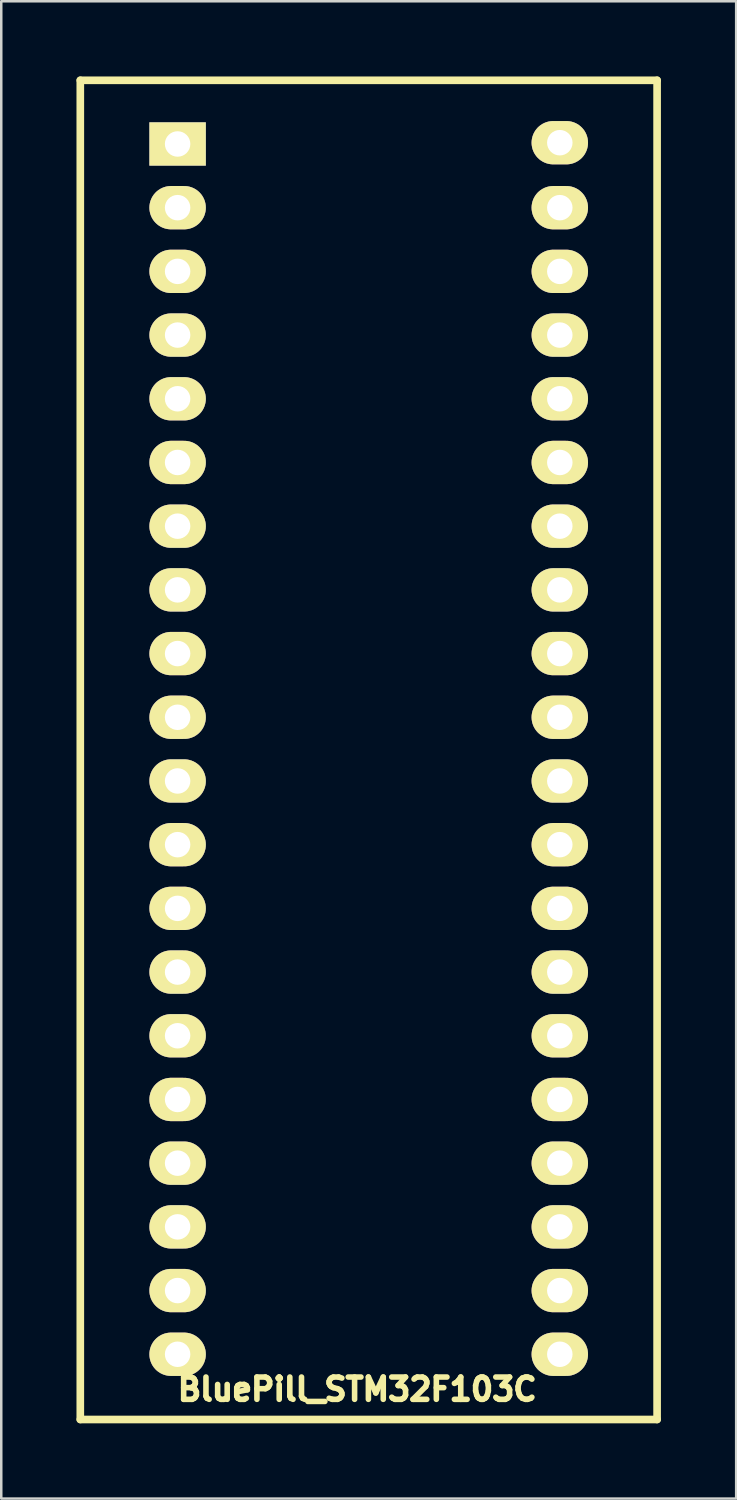
<source format=kicad_pcb>
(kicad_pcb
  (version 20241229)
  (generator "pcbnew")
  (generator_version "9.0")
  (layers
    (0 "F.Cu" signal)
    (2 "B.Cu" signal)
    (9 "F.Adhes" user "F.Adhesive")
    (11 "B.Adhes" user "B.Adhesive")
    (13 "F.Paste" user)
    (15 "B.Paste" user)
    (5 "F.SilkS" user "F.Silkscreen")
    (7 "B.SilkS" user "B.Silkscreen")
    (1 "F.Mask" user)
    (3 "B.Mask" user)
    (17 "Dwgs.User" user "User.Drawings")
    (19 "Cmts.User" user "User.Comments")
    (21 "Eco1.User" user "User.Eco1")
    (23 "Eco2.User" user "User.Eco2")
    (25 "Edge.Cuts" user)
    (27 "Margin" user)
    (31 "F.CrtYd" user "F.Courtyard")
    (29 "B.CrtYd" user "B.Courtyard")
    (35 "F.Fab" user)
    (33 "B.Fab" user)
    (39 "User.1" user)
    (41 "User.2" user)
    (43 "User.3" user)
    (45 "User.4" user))
  (footprint "BluePill_STM32F103C"
    (layer "F.Cu")
    (at 4.032 2.742)
    (property "Reference" "BluePill_STM32F103C" (at 7.163 49.606 180) (layer "F.SilkS") (effects (font (size 0.889 0.889) (thickness 0.305))))
    (attr through_hole)
    (fp_line (start -3.88 -2.59) (end 19.12 -2.59) (stroke (width 0.305) (type solid)) (layer "F.SilkS"))
    (fp_line (start -3.88 50.81) (end -3.88 -2.59) (stroke (width 0.305) (type solid)) (layer "F.SilkS"))
    (fp_line (start 19.12 -2.59) (end 19.12 50.81) (stroke (width 0.305) (type solid)) (layer "F.SilkS"))
    (fp_line (start 19.12 50.81) (end -3.88 50.81) (stroke (width 0.305) (type solid)) (layer "F.SilkS"))
    (pad "1" thru_hole rect (at 0 -0.051 270) (size 1.727 2.25) (drill 1.016) (layers "*.Cu" "*.Mask" "F.SilkS"))
    (pad "2" thru_hole oval (at 0 2.489 270) (size 1.727 2.25) (drill 1.016) (layers "*.Cu" "*.Mask" "F.SilkS"))
    (pad "3" thru_hole oval (at 0 5.029 270) (size 1.727 2.25) (drill 1.016) (layers "*.Cu" "*.Mask" "F.SilkS"))
    (pad "4" thru_hole oval (at 0 7.569 270) (size 1.727 2.25) (drill 1.016) (layers "*.Cu" "*.Mask" "F.SilkS"))
    (pad "5" thru_hole oval (at 0 10.109 270) (size 1.727 2.25) (drill 1.016) (layers "*.Cu" "*.Mask" "F.SilkS"))
    (pad "6" thru_hole oval (at 0 12.649 270) (size 1.727 2.25) (drill 1.016) (layers "*.Cu" "*.Mask" "F.SilkS"))
    (pad "7" thru_hole oval (at 0 15.189 270) (size 1.727 2.25) (drill 1.016) (layers "*.Cu" "*.Mask" "F.SilkS"))
    (pad "8" thru_hole oval (at 0 17.729 270) (size 1.727 2.25) (drill 1.016) (layers "*.Cu" "*.Mask" "F.SilkS"))
    (pad "9" thru_hole oval (at 0 20.269 270) (size 1.727 2.25) (drill 1.016) (layers "*.Cu" "*.Mask" "F.SilkS"))
    (pad "10" thru_hole oval (at 0 22.809 270) (size 1.727 2.25) (drill 1.016) (layers "*.Cu" "*.Mask" "F.SilkS"))
    (pad "11" thru_hole oval (at 0 25.349 270) (size 1.727 2.25) (drill 1.016) (layers "*.Cu" "*.Mask" "F.SilkS"))
    (pad "12" thru_hole oval (at 0 27.889 270) (size 1.727 2.25) (drill 1.016) (layers "*.Cu" "*.Mask" "F.SilkS"))
    (pad "13" thru_hole oval (at 0 30.429 270) (size 1.727 2.25) (drill 1.016) (layers "*.Cu" "*.Mask" "F.SilkS"))
    (pad "14" thru_hole oval (at 0 32.969 270) (size 1.727 2.25) (drill 1.016) (layers "*.Cu" "*.Mask" "F.SilkS"))
    (pad "15" thru_hole oval (at 0 35.509 270) (size 1.727 2.25) (drill 1.016) (layers "*.Cu" "*.Mask" "F.SilkS"))
    (pad "16" thru_hole oval (at 0 38.049 270) (size 1.727 2.25) (drill 1.016) (layers "*.Cu" "*.Mask" "F.SilkS"))
    (pad "17" thru_hole oval (at 0 40.589 270) (size 1.727 2.25) (drill 1.016) (layers "*.Cu" "*.Mask" "F.SilkS"))
    (pad "18" thru_hole oval (at 0 43.129 270) (size 1.727 2.25) (drill 1.016) (layers "*.Cu" "*.Mask" "F.SilkS"))
    (pad "19" thru_hole oval (at 0 45.669 270) (size 1.727 2.25) (drill 1.016) (layers "*.Cu" "*.Mask" "F.SilkS"))
    (pad "20" thru_hole oval (at 0 48.209 270) (size 1.727 2.25) (drill 1.016) (layers "*.Cu" "*.Mask" "F.SilkS"))
    (pad "21" thru_hole oval (at 15.24 48.209 90) (size 1.727 2.25) (drill 1.016) (layers "*.Cu" "*.Mask" "F.SilkS"))
    (pad "22" thru_hole oval (at 15.24 45.669 90) (size 1.727 2.25) (drill 1.016) (layers "*.Cu" "*.Mask" "F.SilkS"))
    (pad "23" thru_hole oval (at 15.24 43.129 90) (size 1.727 2.25) (drill 1.016) (layers "*.Cu" "*.Mask" "F.SilkS"))
    (pad "24" thru_hole oval (at 15.24 40.589 90) (size 1.727 2.25) (drill 1.016) (layers "*.Cu" "*.Mask" "F.SilkS"))
    (pad "25" thru_hole oval (at 15.24 38.049 90) (size 1.727 2.25) (drill 1.016) (layers "*.Cu" "*.Mask" "F.SilkS"))
    (pad "26" thru_hole oval (at 15.24 35.509 90) (size 1.727 2.25) (drill 1.016) (layers "*.Cu" "*.Mask" "F.SilkS"))
    (pad "27" thru_hole oval (at 15.24 32.969 90) (size 1.727 2.25) (drill 1.016) (layers "*.Cu" "*.Mask" "F.SilkS"))
    (pad "28" thru_hole oval (at 15.24 30.429 90) (size 1.727 2.25) (drill 1.016) (layers "*.Cu" "*.Mask" "F.SilkS"))
    (pad "29" thru_hole oval (at 15.24 27.889 90) (size 1.727 2.25) (drill 1.016) (layers "*.Cu" "*.Mask" "F.SilkS"))
    (pad "30" thru_hole oval (at 15.24 25.349 90) (size 1.727 2.25) (drill 1.016) (layers "*.Cu" "*.Mask" "F.SilkS"))
    (pad "31" thru_hole oval (at 15.24 22.809 90) (size 1.727 2.25) (drill 1.016) (layers "*.Cu" "*.Mask" "F.SilkS"))
    (pad "32" thru_hole oval (at 15.24 20.269 90) (size 1.727 2.25) (drill 1.016) (layers "*.Cu" "*.Mask" "F.SilkS"))
    (pad "33" thru_hole oval (at 15.24 17.729 90) (size 1.727 2.25) (drill 1.016) (layers "*.Cu" "*.Mask" "F.SilkS"))
    (pad "34" thru_hole oval (at 15.24 15.189 90) (size 1.727 2.25) (drill 1.016) (layers "*.Cu" "*.Mask" "F.SilkS"))
    (pad "35" thru_hole oval (at 15.24 12.649 90) (size 1.727 2.25) (drill 1.016) (layers "*.Cu" "*.Mask" "F.SilkS"))
    (pad "36" thru_hole oval (at 15.24 10.109 90) (size 1.727 2.25) (drill 1.016) (layers "*.Cu" "*.Mask" "F.SilkS"))
    (pad "37" thru_hole oval (at 15.24 7.569 90) (size 1.727 2.25) (drill 1.016) (layers "*.Cu" "*.Mask" "F.SilkS"))
    (pad "38" thru_hole oval (at 15.24 5.029 90) (size 1.727 2.25) (drill 1.016) (layers "*.Cu" "*.Mask" "F.SilkS"))
    (pad "39" thru_hole oval (at 15.24 2.489 90) (size 1.727 2.25) (drill 1.016) (layers "*.Cu" "*.Mask" "F.SilkS"))
    (pad "40" thru_hole oval (at 15.24 -0.102 90) (size 1.727 2.25) (drill 1.016) (layers "*.Cu" "*.Mask" "F.SilkS")))
  (gr_rect
    (start -3 -3)
    (end 26.305 56.705)
    (stroke (width 0.1) (type default))
    (fill no)
    (layer "Edge.Cuts")))
</source>
